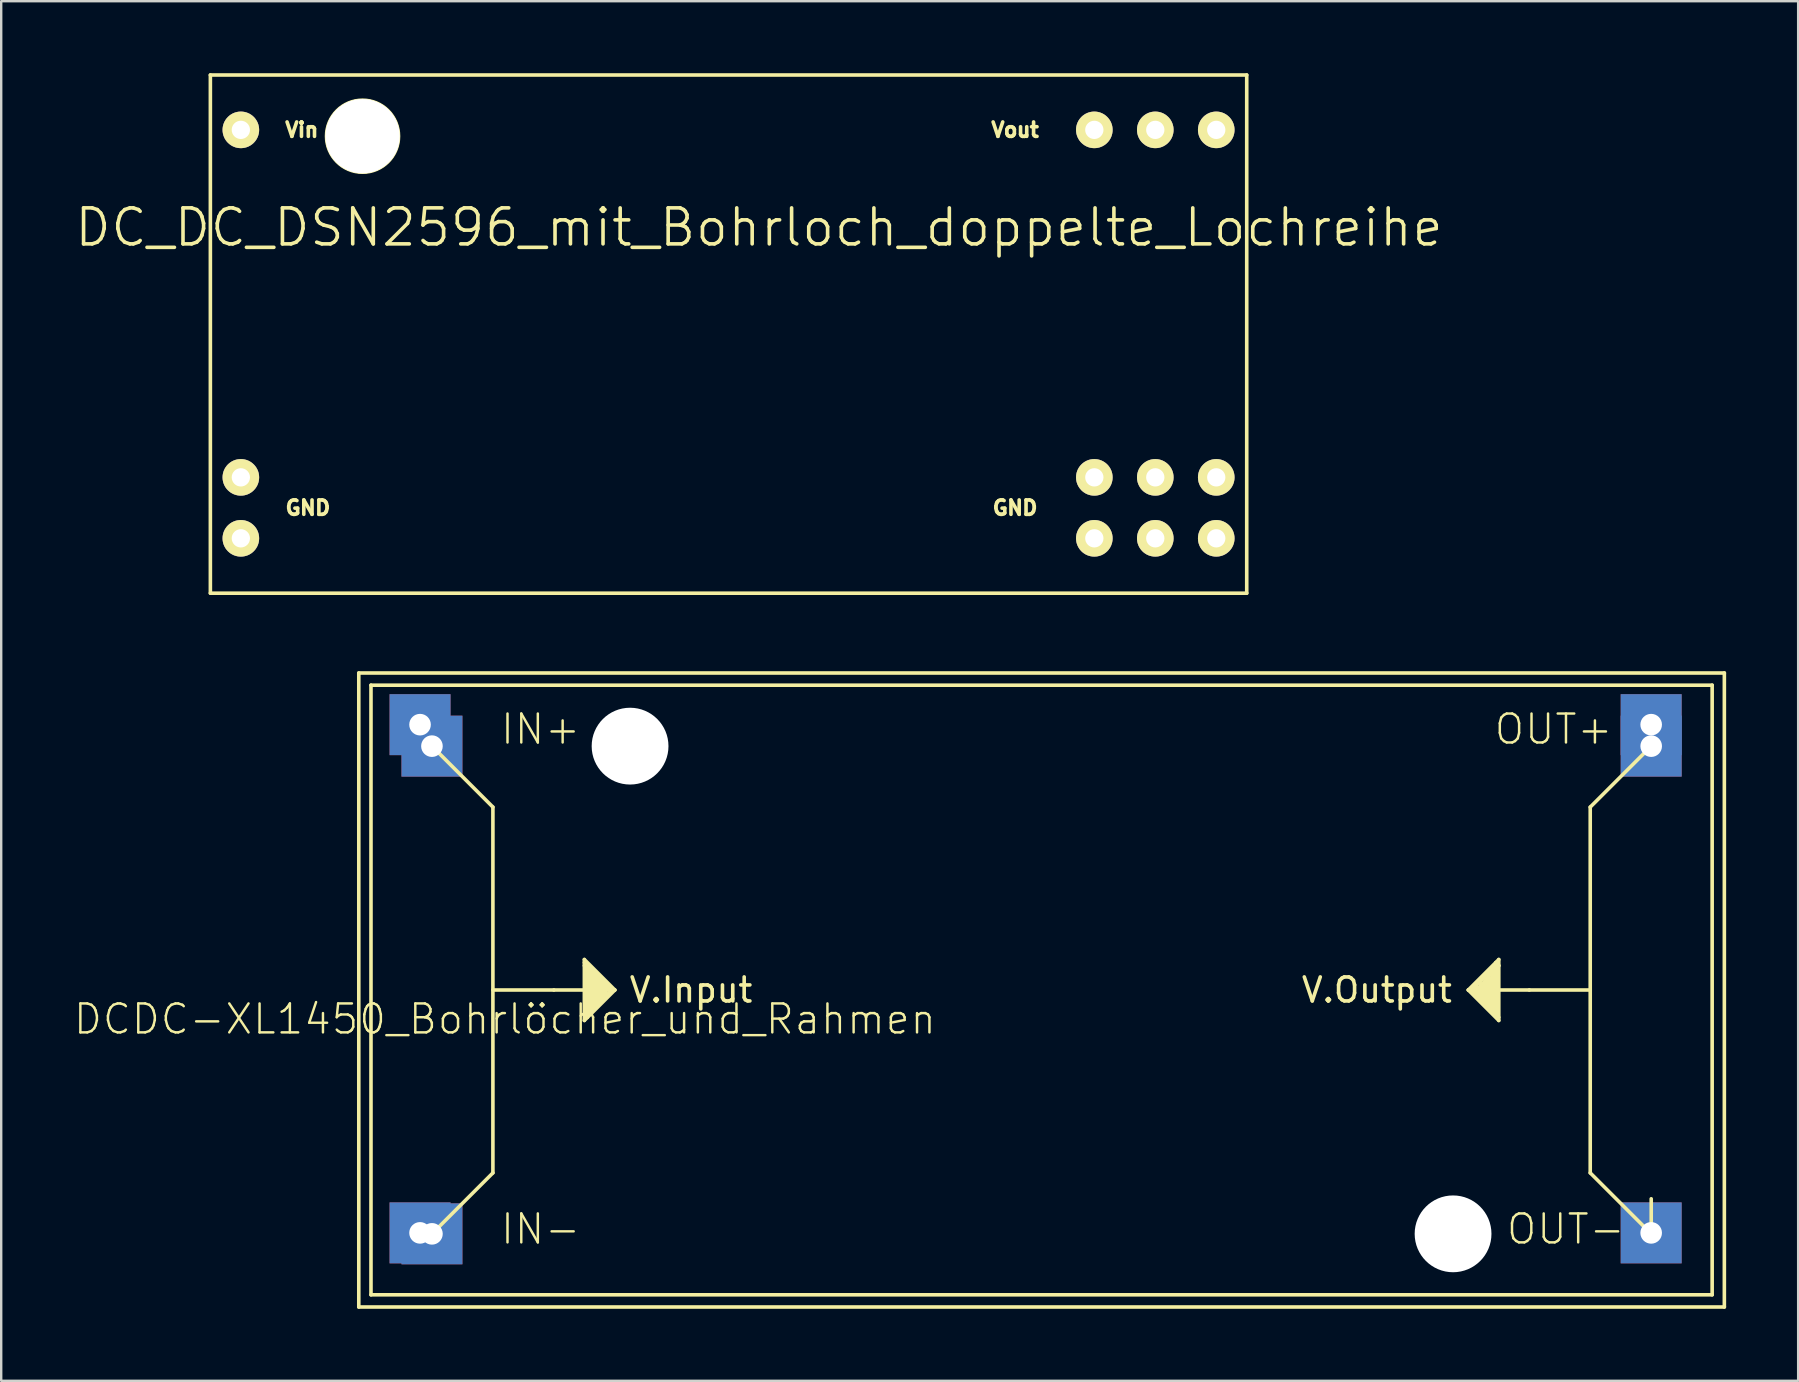
<source format=kicad_pcb>
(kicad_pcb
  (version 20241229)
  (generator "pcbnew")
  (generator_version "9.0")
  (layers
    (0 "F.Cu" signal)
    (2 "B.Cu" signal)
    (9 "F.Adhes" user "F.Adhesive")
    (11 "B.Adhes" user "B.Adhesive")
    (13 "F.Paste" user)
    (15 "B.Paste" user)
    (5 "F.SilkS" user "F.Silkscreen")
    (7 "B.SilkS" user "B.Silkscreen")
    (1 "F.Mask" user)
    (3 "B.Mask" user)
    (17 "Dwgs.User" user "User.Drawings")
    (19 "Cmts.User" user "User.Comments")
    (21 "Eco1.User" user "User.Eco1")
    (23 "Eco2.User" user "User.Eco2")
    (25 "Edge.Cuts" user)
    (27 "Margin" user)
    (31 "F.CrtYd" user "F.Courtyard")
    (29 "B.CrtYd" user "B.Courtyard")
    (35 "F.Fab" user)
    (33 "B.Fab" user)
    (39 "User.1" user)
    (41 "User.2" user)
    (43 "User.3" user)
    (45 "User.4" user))
  (footprint "DC_DC_DSN2596_mit_Bohrloch_doppelte_Lochreihe"
    (layer "F.Cu")
    (at 5.715 21.665)
    (property "Reference" "DC_DC_DSN2596_mit_Bohrloch_doppelte_Lochreihe" (at 22.86 -15.24 0) (layer "F.SilkS") (effects (font (size 1.5 1.5) (thickness 0.15))))
    (attr through_hole)
    (fp_line (start 0 -21.59) (end 43.18 -21.59) (stroke (width 0.15) (type solid)) (layer "F.SilkS"))
    (fp_line (start 0 0) (end 0 -21.59) (stroke (width 0.15) (type solid)) (layer "F.SilkS"))
    (fp_line (start 43.18 -21.59) (end 43.18 0) (stroke (width 0.15) (type solid)) (layer "F.SilkS"))
    (fp_line (start 43.18 0) (end 0 0) (stroke (width 0.15) (type solid)) (layer "F.SilkS"))
    (fp_circle (center 6.34 -19.04) (end 4.84 -19.04) (stroke (width 0.15) (type solid)) (fill no) (layer "F.SilkS"))
    (fp_text user "Vin" (at 3.81 -19.304 0) (layer "F.SilkS") (effects (font (size 0.6 0.6) (thickness 0.15))))
    (fp_text user "GND" (at 33.528 -3.556 0) (layer "F.SilkS") (effects (font (size 0.6 0.6) (thickness 0.15))))
    (fp_text user "GND" (at 4.064 -3.556 0) (layer "F.SilkS") (effects (font (size 0.6 0.6) (thickness 0.15))))
    (fp_text user "Vout" (at 33.528 -19.304 0) (layer "F.SilkS") (effects (font (size 0.6 0.6) (thickness 0.15))))
    (pad "1" thru_hole circle (at 36.83 -4.826) (size 1.524 1.524) (drill 0.762) (layers "*.Cu" "*.Mask" "F.SilkS"))
    (pad "1" thru_hole circle (at 36.83 -2.286) (size 1.524 1.524) (drill 0.762) (layers "*.Cu" "*.Mask" "F.SilkS"))
    (pad "1" thru_hole circle (at 39.37 -4.826) (size 1.524 1.524) (drill 0.762) (layers "*.Cu" "*.Mask" "F.SilkS"))
    (pad "1" thru_hole circle (at 39.37 -2.286) (size 1.524 1.524) (drill 0.762) (layers "*.Cu" "*.Mask" "F.SilkS"))
    (pad "1" thru_hole circle (at 41.91 -4.826) (size 1.524 1.524) (drill 0.762) (layers "*.Cu" "*.Mask" "F.SilkS"))
    (pad "1" thru_hole circle (at 41.91 -2.286) (size 1.524 1.524) (drill 0.762) (layers "*.Cu" "*.Mask" "F.SilkS"))
    (pad "2" thru_hole circle (at 36.83 -19.304) (size 1.524 1.524) (drill 0.762) (layers "*.Cu" "*.Mask" "F.SilkS"))
    (pad "2" thru_hole circle (at 39.37 -19.304) (size 1.524 1.524) (drill 0.762) (layers "*.Cu" "*.Mask" "F.SilkS"))
    (pad "2" thru_hole circle (at 41.91 -19.304) (size 1.524 1.524) (drill 0.762) (layers "*.Cu" "*.Mask" "F.SilkS"))
    (pad "3" thru_hole circle (at 1.27 -19.304) (size 1.524 1.524) (drill 0.762) (layers "*.Cu" "*.Mask" "F.SilkS"))
    (pad "4" thru_hole circle (at 1.27 -4.826) (size 1.524 1.524) (drill 0.762) (layers "*.Cu" "*.Mask" "F.SilkS"))
    (pad "4" thru_hole circle (at 1.27 -2.286) (size 1.524 1.524) (drill 0.762) (layers "*.Cu" "*.Mask" "F.SilkS"))
    (pad "~" thru_hole circle (at 6.34 -19.04) (size 3.1 3.1) (drill 3.1) (layers "*.Cu" "*.Mask" "F.SilkS")))
  (footprint "DCDC-XL1450_Bohrlöcher_und_Rahmen"
    (layer "F.Cu")
    (at 40.347 38.198)
    (property "Reference" "DCDC-XL1450_Bohrlöcher_und_Rahmen" (at -4.318 0.508 0) (layer "F.SilkS") (effects (font (size 1.206 1.206) (thickness 0.102)) (justify right top)))
    (attr through_hole)
    (fp_line (start -28.448 -13.208) (end -28.448 13.208) (stroke (width 0.15) (type solid)) (layer "F.SilkS"))
    (fp_line (start -28.448 13.208) (end 28.448 13.208) (stroke (width 0.15) (type solid)) (layer "F.SilkS"))
    (fp_line (start -27.94 -12.7) (end 27.94 -12.7) (stroke (width 0.15) (type solid)) (layer "F.SilkS"))
    (fp_line (start -27.94 12.7) (end -27.94 -12.7) (stroke (width 0.15) (type solid)) (layer "F.SilkS"))
    (fp_line (start -22.86 -7.62) (end -25.4 -10.16) (stroke (width 0.15) (type solid)) (layer "F.SilkS"))
    (fp_line (start -22.86 0) (end -20.32 0) (stroke (width 0.15) (type solid)) (layer "F.SilkS"))
    (fp_line (start -22.86 7.62) (end -25.4 10.16) (stroke (width 0.15) (type solid)) (layer "F.SilkS"))
    (fp_line (start -22.86 7.62) (end -22.86 -7.62) (stroke (width 0.15) (type solid)) (layer "F.SilkS"))
    (fp_line (start -20.32 0) (end -17.78 0) (stroke (width 0.15) (type solid)) (layer "F.SilkS"))
    (fp_line (start -19.05 -1.27) (end -17.78 0) (stroke (width 0.15) (type solid)) (layer "F.SilkS"))
    (fp_line (start -19.05 -1.143) (end -17.907 0) (stroke (width 0.15) (type solid)) (layer "F.SilkS"))
    (fp_line (start -19.05 -1.016) (end -18.034 0) (stroke (width 0.15) (type solid)) (layer "F.SilkS"))
    (fp_line (start -19.05 1.27) (end -19.05 -1.27) (stroke (width 0.15) (type solid)) (layer "F.SilkS"))
    (fp_line (start -18.923 -0.889) (end -18.923 -0.635) (stroke (width 0.15) (type solid)) (layer "F.SilkS"))
    (fp_line (start -18.923 -0.635) (end -18.796 -0.762) (stroke (width 0.15) (type solid)) (layer "F.SilkS"))
    (fp_line (start -18.923 0.762) (end -18.923 1.143) (stroke (width 0.15) (type solid)) (layer "F.SilkS"))
    (fp_line (start -18.923 1.016) (end -18.923 -0.889) (stroke (width 0.15) (type solid)) (layer "F.SilkS"))
    (fp_line (start -18.796 -0.762) (end -18.796 0.762) (stroke (width 0.15) (type solid)) (layer "F.SilkS"))
    (fp_line (start -18.796 0.762) (end -18.923 0.889) (stroke (width 0.15) (type solid)) (layer "F.SilkS"))
    (fp_line (start -18.796 0.762) (end -18.669 0.762) (stroke (width 0.15) (type solid)) (layer "F.SilkS"))
    (fp_line (start -18.669 -0.635) (end -18.542 -0.508) (stroke (width 0.15) (type solid)) (layer "F.SilkS"))
    (fp_line (start -18.669 0.635) (end -18.923 0.762) (stroke (width 0.15) (type solid)) (layer "F.SilkS"))
    (fp_line (start -18.669 0.762) (end -18.669 -0.635) (stroke (width 0.15) (type solid)) (layer "F.SilkS"))
    (fp_line (start -18.542 -0.508) (end -18.542 0.508) (stroke (width 0.15) (type solid)) (layer "F.SilkS"))
    (fp_line (start -18.542 0.508) (end -18.415 0.381) (stroke (width 0.15) (type solid)) (layer "F.SilkS"))
    (fp_line (start -18.415 -0.381) (end -18.288 -0.254) (stroke (width 0.15) (type solid)) (layer "F.SilkS"))
    (fp_line (start -18.415 0.381) (end -18.415 -0.381) (stroke (width 0.15) (type solid)) (layer "F.SilkS"))
    (fp_line (start -18.288 -0.254) (end -18.288 0.254) (stroke (width 0.15) (type solid)) (layer "F.SilkS"))
    (fp_line (start -18.288 0.254) (end -18.161 0.254) (stroke (width 0.15) (type solid)) (layer "F.SilkS"))
    (fp_line (start -18.161 -0.127) (end -18.161 0.127) (stroke (width 0.15) (type solid)) (layer "F.SilkS"))
    (fp_line (start -18.161 0.127) (end -18.669 0.635) (stroke (width 0.15) (type solid)) (layer "F.SilkS"))
    (fp_line (start -18.161 0.254) (end -18.161 -0.127) (stroke (width 0.15) (type solid)) (layer "F.SilkS"))
    (fp_line (start -17.907 0) (end -18.923 1.016) (stroke (width 0.15) (type solid)) (layer "F.SilkS"))
    (fp_line (start -17.78 0) (end -19.05 1.27) (stroke (width 0.15) (type solid)) (layer "F.SilkS"))
    (fp_line (start 17.78 0) (end 19.05 1.27) (stroke (width 0.15) (type solid)) (layer "F.SilkS"))
    (fp_line (start 17.78 0) (end 20.32 0) (stroke (width 0.15) (type solid)) (layer "F.SilkS"))
    (fp_line (start 17.907 0) (end 18.542 0.254) (stroke (width 0.15) (type solid)) (layer "F.SilkS"))
    (fp_line (start 17.907 0) (end 18.923 -1.016) (stroke (width 0.15) (type solid)) (layer "F.SilkS"))
    (fp_line (start 18.034 0.127) (end 18.796 -0.762) (stroke (width 0.15) (type solid)) (layer "F.SilkS"))
    (fp_line (start 18.161 -0.127) (end 18.034 0.127) (stroke (width 0.15) (type solid)) (layer "F.SilkS"))
    (fp_line (start 18.161 0.254) (end 18.161 -0.127) (stroke (width 0.15) (type solid)) (layer "F.SilkS"))
    (fp_line (start 18.288 -0.254) (end 18.288 0.381) (stroke (width 0.15) (type solid)) (layer "F.SilkS"))
    (fp_line (start 18.288 0.381) (end 18.161 0.254) (stroke (width 0.15) (type solid)) (layer "F.SilkS"))
    (fp_line (start 18.415 -0.254) (end 18.288 -0.254) (stroke (width 0.15) (type solid)) (layer "F.SilkS"))
    (fp_line (start 18.415 0.381) (end 18.415 -0.254) (stroke (width 0.15) (type solid)) (layer "F.SilkS"))
    (fp_line (start 18.542 -0.381) (end 18.542 0.508) (stroke (width 0.15) (type solid)) (layer "F.SilkS"))
    (fp_line (start 18.542 0.508) (end 18.415 0.381) (stroke (width 0.15) (type solid)) (layer "F.SilkS"))
    (fp_line (start 18.542 0.508) (end 18.923 0.889) (stroke (width 0.15) (type solid)) (layer "F.SilkS"))
    (fp_line (start 18.669 -0.508) (end 18.542 -0.381) (stroke (width 0.15) (type solid)) (layer "F.SilkS"))
    (fp_line (start 18.669 0.762) (end 18.669 -0.508) (stroke (width 0.15) (type solid)) (layer "F.SilkS"))
    (fp_line (start 18.796 -0.762) (end 18.796 0.762) (stroke (width 0.15) (type solid)) (layer "F.SilkS"))
    (fp_line (start 18.796 0.762) (end 18.669 0.762) (stroke (width 0.15) (type solid)) (layer "F.SilkS"))
    (fp_line (start 18.923 -1.143) (end 19.05 -1.016) (stroke (width 0.15) (type solid)) (layer "F.SilkS"))
    (fp_line (start 18.923 -1.016) (end 18.923 1.016) (stroke (width 0.15) (type solid)) (layer "F.SilkS"))
    (fp_line (start 18.923 1.016) (end 18.034 0.127) (stroke (width 0.15) (type solid)) (layer "F.SilkS"))
    (fp_line (start 19.05 -1.27) (end 17.78 0) (stroke (width 0.15) (type solid)) (layer "F.SilkS"))
    (fp_line (start 19.05 -1.016) (end 18.669 -0.635) (stroke (width 0.15) (type solid)) (layer "F.SilkS"))
    (fp_line (start 19.05 1.143) (end 17.907 0) (stroke (width 0.15) (type solid)) (layer "F.SilkS"))
    (fp_line (start 19.05 1.27) (end 19.05 -1.27) (stroke (width 0.15) (type solid)) (layer "F.SilkS"))
    (fp_line (start 22.86 -7.62) (end 25.4 -10.16) (stroke (width 0.15) (type solid)) (layer "F.SilkS"))
    (fp_line (start 22.86 0) (end 20.32 0) (stroke (width 0.15) (type solid)) (layer "F.SilkS"))
    (fp_line (start 22.86 7.62) (end 22.86 -7.62) (stroke (width 0.15) (type solid)) (layer "F.SilkS"))
    (fp_line (start 25.4 10.16) (end 22.86 7.62) (stroke (width 0.15) (type solid)) (layer "F.SilkS"))
    (fp_line (start 25.401 10.122) (end 25.401 8.7) (stroke (width 0.15) (type solid)) (layer "F.SilkS"))
    (fp_line (start 27.94 -12.7) (end 27.94 12.7) (stroke (width 0.15) (type solid)) (layer "F.SilkS"))
    (fp_line (start 27.94 12.7) (end -27.94 12.7) (stroke (width 0.15) (type solid)) (layer "F.SilkS"))
    (fp_line (start 28.448 -13.208) (end -28.448 -13.208) (stroke (width 0.15) (type solid)) (layer "F.SilkS"))
    (fp_line (start 28.448 13.208) (end 28.448 -13.208) (stroke (width 0.15) (type solid)) (layer "F.SilkS"))
    (fp_text user "IN+" (at -22.606 -10.16 0) (layer "F.SilkS") (effects (font (size 1.206 1.206) (thickness 0.102)) (justify left bottom)))
    (fp_text user "OUT+" (at 18.796 -10.16 0) (layer "F.SilkS") (effects (font (size 1.206 1.206) (thickness 0.102)) (justify left bottom)))
    (fp_text user "OUT-" (at 19.304 10.668 0) (layer "F.SilkS") (effects (font (size 1.206 1.206) (thickness 0.102)) (justify left bottom)))
    (fp_text user "V.Input" (at -14.605 0 0) (layer "F.SilkS") (effects (font (size 1 1) (thickness 0.15))))
    (fp_text user "IN-" (at -22.606 10.668 0) (layer "F.SilkS") (effects (font (size 1.206 1.206) (thickness 0.102)) (justify left bottom)))
    (fp_text user "V.Output" (at 13.97 0 0) (layer "F.SilkS") (effects (font (size 1 1) (thickness 0.15))))
    (pad "" np_thru_hole circle (at -17.145 -10.16) (size 3.2 3.2) (drill 3.2) (layers "*.Cu" "*.Mask"))
    (pad "" np_thru_hole circle (at 17.145 10.16) (size 3.2 3.2) (drill 3.2) (layers "*.Cu" "*.Mask"))
    (pad "I+" thru_hole rect (at -25.896 -11.055) (size 2.54 2.54) (drill 0.9) (layers "*.Cu" "*.Mask"))
    (pad "I+" thru_hole rect (at -25.4 -10.16) (size 2.54 2.54) (drill 0.9) (layers "*.Cu" "*.Mask"))
    (pad "I-" thru_hole rect (at -25.896 10.12) (size 2.54 2.54) (drill 0.9) (layers "*.Cu" "*.Mask"))
    (pad "I-" thru_hole rect (at -25.4 10.16) (size 2.54 2.54) (drill 0.9) (layers "*.Cu" "*.Mask"))
    (pad "O+" thru_hole rect (at 25.399 -11.055) (size 2.54 2.54) (drill 0.9) (layers "*.Cu" "*.Mask"))
    (pad "O+" thru_hole rect (at 25.4 -10.16) (size 2.54 2.54) (drill 0.9) (layers "*.Cu" "*.Mask"))
    (pad "O-" thru_hole rect (at 25.399 10.12) (size 2.54 2.54) (drill 0.9) (layers "*.Cu" "*.Mask")))
  (gr_rect
    (start -3 -3)
    (end 71.87 54.481)
    (stroke (width 0.1) (type default))
    (fill no)
    (layer "Edge.Cuts")))
</source>
